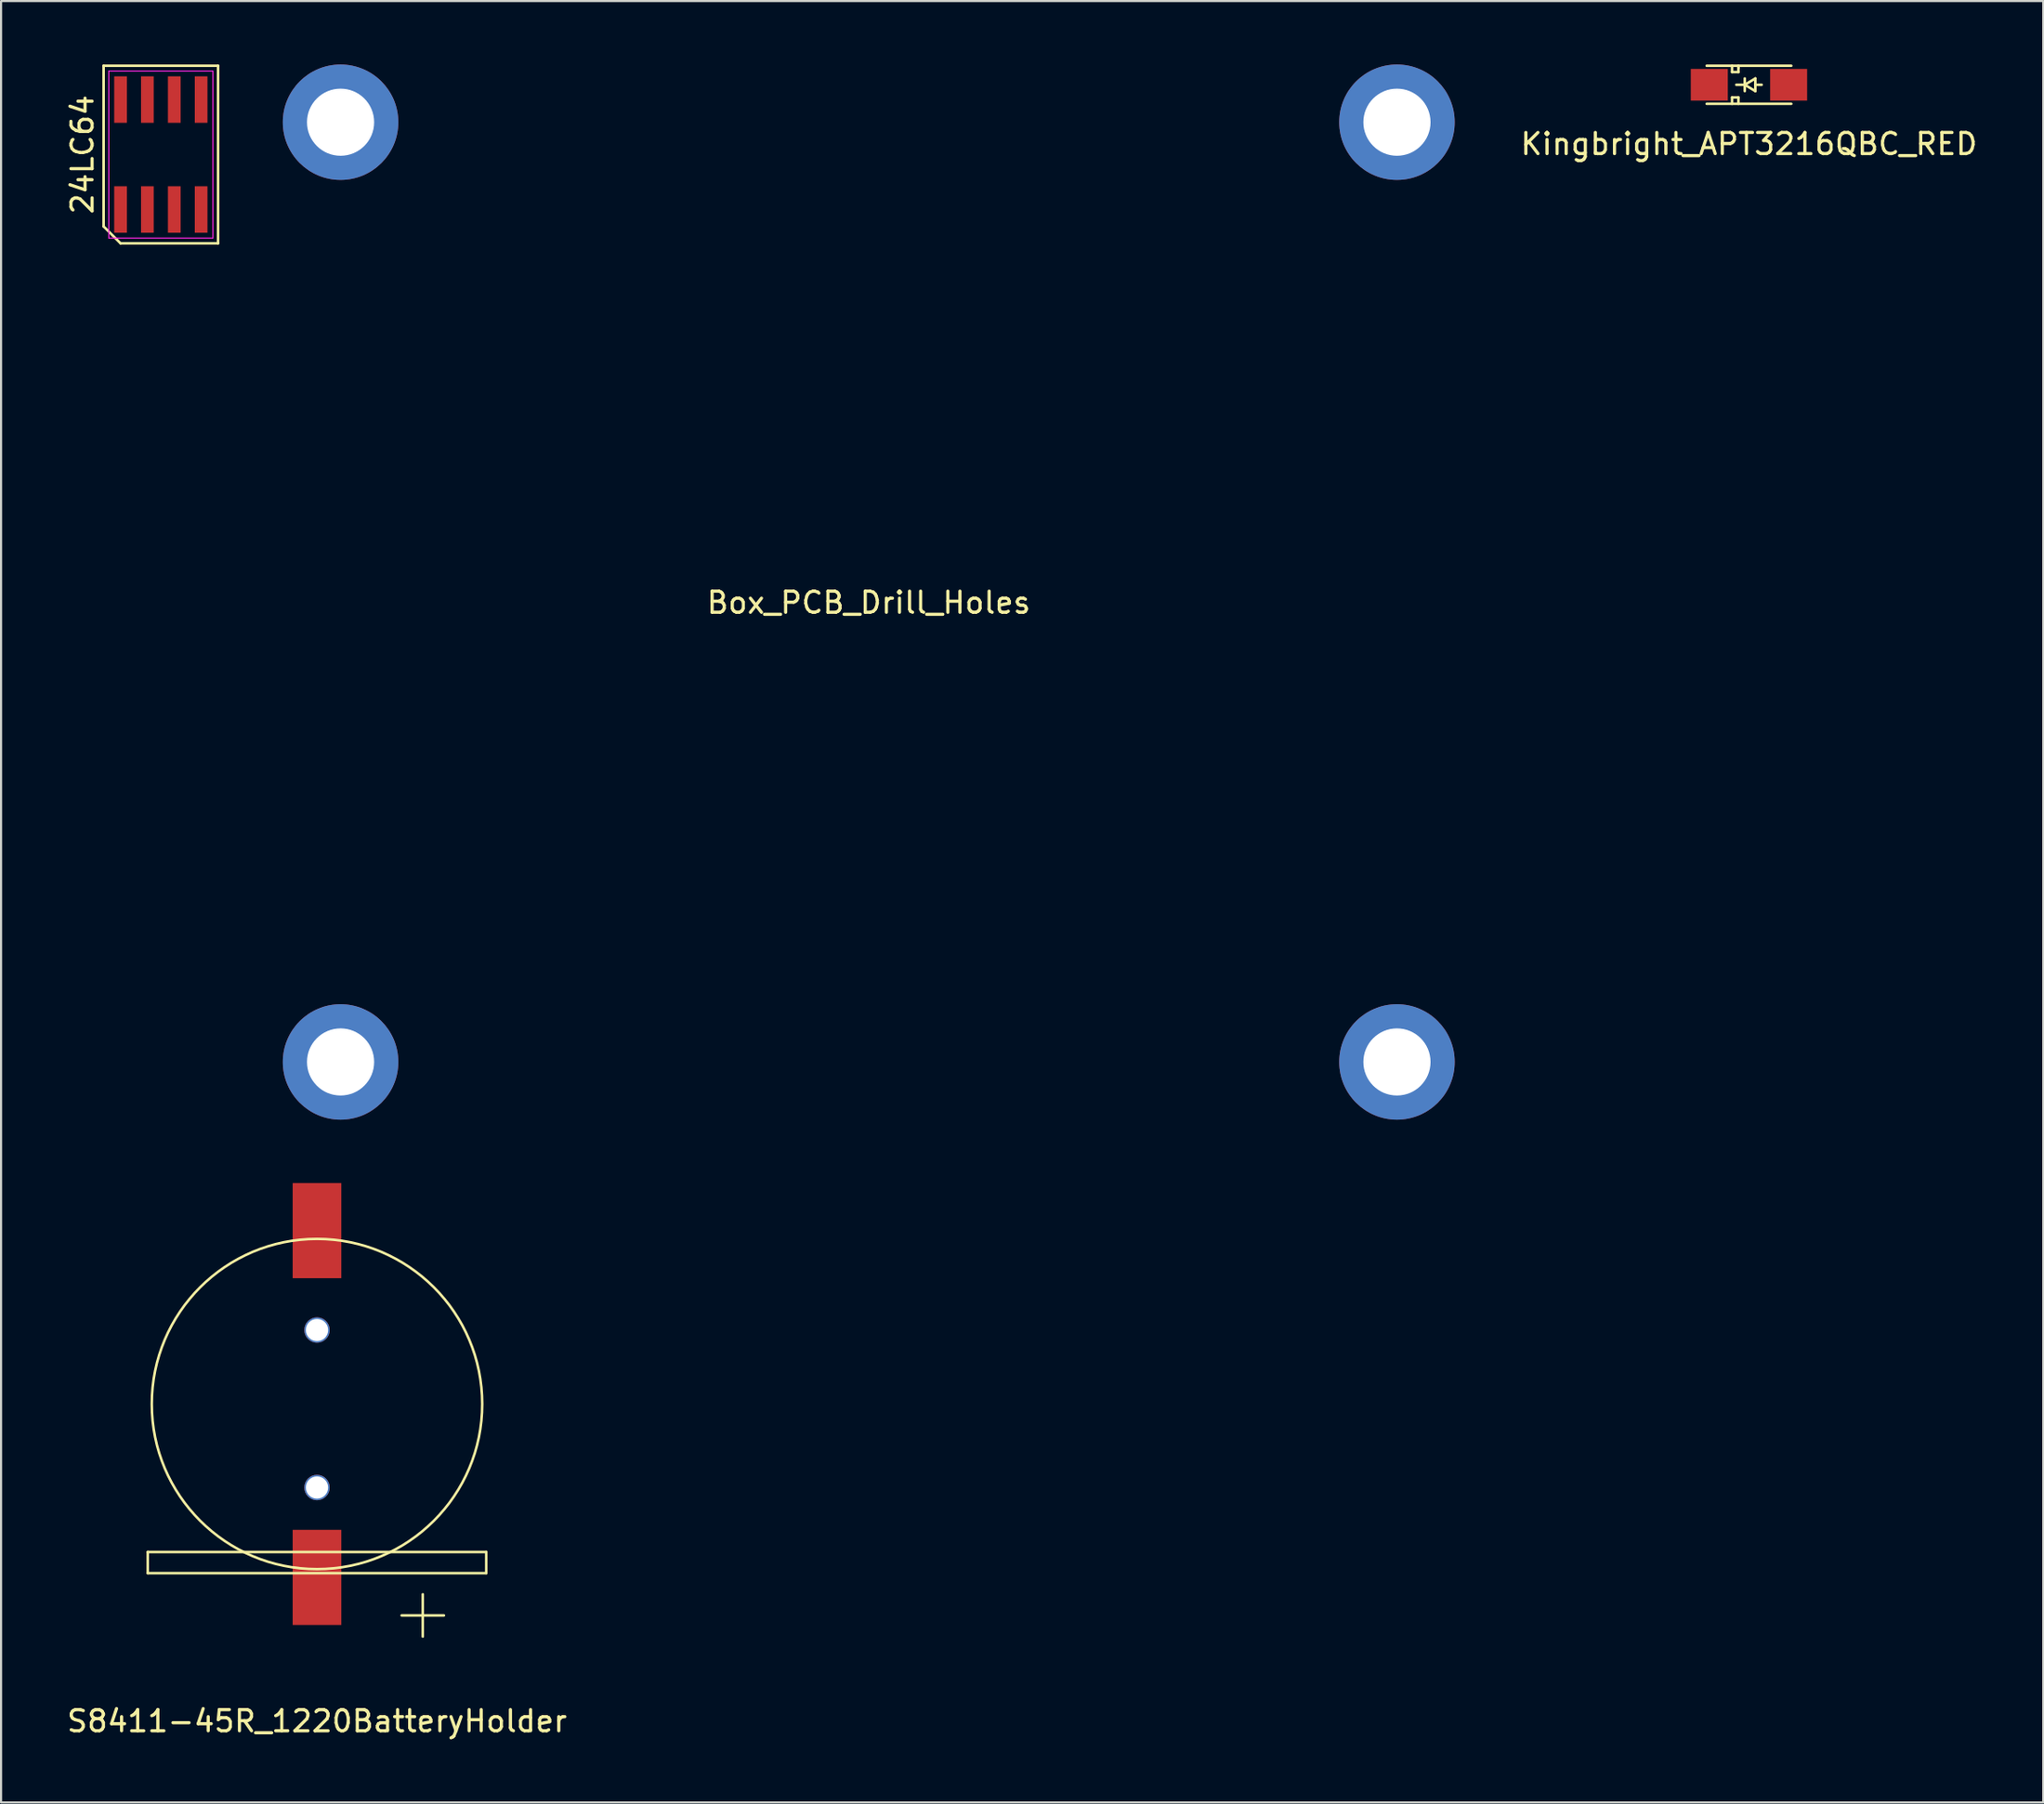
<source format=kicad_pcb>
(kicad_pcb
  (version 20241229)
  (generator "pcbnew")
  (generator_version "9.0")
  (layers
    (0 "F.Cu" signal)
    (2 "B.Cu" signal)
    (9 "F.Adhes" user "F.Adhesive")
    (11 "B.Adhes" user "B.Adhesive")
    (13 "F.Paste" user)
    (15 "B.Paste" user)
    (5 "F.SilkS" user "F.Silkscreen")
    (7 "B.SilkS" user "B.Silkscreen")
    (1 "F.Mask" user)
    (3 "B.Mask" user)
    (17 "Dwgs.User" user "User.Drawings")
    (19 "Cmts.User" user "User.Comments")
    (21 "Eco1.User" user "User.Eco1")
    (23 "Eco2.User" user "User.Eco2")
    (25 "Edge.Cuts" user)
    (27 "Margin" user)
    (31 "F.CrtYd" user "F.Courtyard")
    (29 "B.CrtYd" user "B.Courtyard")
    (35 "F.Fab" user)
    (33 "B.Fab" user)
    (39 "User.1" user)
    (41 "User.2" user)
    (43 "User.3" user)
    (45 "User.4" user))
  (footprint "24LC64"
    (layer "F.Cu")
    (at 4.553 4.26)
    (property "Reference" "24LC64" (at -3.705 0 90) (layer "F.SilkS") (effects (font (size 1 1) (thickness 0.15))))
    (attr smd)
    (fp_line (start -2.705 -4.2) (end 2.705 -4.2) (stroke (width 0.12) (type solid)) (layer "F.SilkS"))
    (fp_line (start -2.705 3.4) (end -2.705 -4.2) (stroke (width 0.12) (type solid)) (layer "F.SilkS"))
    (fp_line (start -1.905 4.2) (end -2.705 3.4) (stroke (width 0.12) (type solid)) (layer "F.SilkS"))
    (fp_line (start 2.705 -4.2) (end 2.705 4.2) (stroke (width 0.12) (type solid)) (layer "F.SilkS"))
    (fp_line (start 2.705 4.2) (end -1.905 4.2) (stroke (width 0.12) (type solid)) (layer "F.SilkS"))
    (fp_line (start -2.46 -3.95) (end 2.46 -3.95) (stroke (width 0.05) (type solid)) (layer "F.CrtYd"))
    (fp_line (start -2.46 3.95) (end -2.46 -3.95) (stroke (width 0.05) (type solid)) (layer "F.CrtYd"))
    (fp_line (start 2.46 -3.95) (end 2.46 3.95) (stroke (width 0.05) (type solid)) (layer "F.CrtYd"))
    (fp_line (start 2.46 3.95) (end -2.46 3.95) (stroke (width 0.05) (type solid)) (layer "F.CrtYd"))
    (pad "1" smd rect (at -1.905 2.6) (size 0.6 2.2) (layers "F.Cu" "F.Mask" "F.Paste"))
    (pad "2" smd rect (at -0.635 2.6) (size 0.6 2.2) (layers "F.Cu" "F.Mask" "F.Paste"))
    (pad "3" smd rect (at 0.635 2.6) (size 0.6 2.2) (layers "F.Cu" "F.Mask" "F.Paste"))
    (pad "4" smd rect (at 1.905 2.6) (size 0.6 2.2) (layers "F.Cu" "F.Mask" "F.Paste"))
    (pad "5" smd rect (at 1.905 -2.6) (size 0.6 2.2) (layers "F.Cu" "F.Mask" "F.Paste"))
    (pad "6" smd rect (at 0.635 -2.6) (size 0.6 2.2) (layers "F.Cu" "F.Mask" "F.Paste"))
    (pad "7" smd rect (at -0.635 -2.6) (size 0.6 2.2) (layers "F.Cu" "F.Mask" "F.Paste"))
    (pad "8" smd rect (at -1.905 -2.6) (size 0.6 2.2) (layers "F.Cu" "F.Mask" "F.Paste")))
  (footprint "S8411-45R_1220BatteryHolder"
    (layer "F.Cu")
    (at 11.935 63.361)
    (property "Reference" "S8411-45R_1220BatteryHolder" (at 0 15 0) (layer "F.SilkS") (effects (font (size 1 1) (thickness 0.15))))
    (attr through_hole)
    (fp_line (start -8 7) (end 8 7) (stroke (width 0.12) (type solid)) (layer "F.SilkS"))
    (fp_line (start -8 8) (end -8 7) (stroke (width 0.12) (type solid)) (layer "F.SilkS"))
    (fp_line (start 4 10) (end 6 10) (stroke (width 0.12) (type solid)) (layer "F.SilkS"))
    (fp_line (start 5 9) (end 5 11) (stroke (width 0.12) (type solid)) (layer "F.SilkS"))
    (fp_line (start 8 7) (end 8 8) (stroke (width 0.12) (type solid)) (layer "F.SilkS"))
    (fp_line (start 8 8) (end -8 8) (stroke (width 0.12) (type solid)) (layer "F.SilkS"))
    (fp_circle (center 0 0) (end 5 6) (stroke (width 0.12) (type solid)) (fill no) (layer "F.SilkS"))
    (pad "" np_thru_hole circle (at 0 -3.5) (size 1.2 1.2) (drill 1.05) (layers "*.Cu" "*.Mask"))
    (pad "" np_thru_hole circle (at 0 3.95) (size 1.2 1.2) (drill 1.05) (layers "*.Cu" "*.Mask"))
    (pad "+" smd rect (at 0 8.2) (size 2.3 4.5) (layers "F.Cu" "F.Mask" "F.Paste"))
    (pad "-" smd rect (at 0 -8.2) (size 2.3 4.5) (layers "F.Cu" "F.Mask" "F.Paste")))
  (footprint "Box_PCB_Drill_Holes"
    (layer "F.Cu")
    (at 38.017 24.956)
    (property "Reference" "Box_PCB_Drill_Holes" (at 0 0.5 0) (layer "F.SilkS") (effects (font (size 1 1) (thickness 0.15))))
    (attr through_hole)
    (pad "" np_thru_hole circle (at -24.968 -22.225) (size 5.461 5.461) (drill 3.175) (layers "*.Cu" "*.Mask"))
    (pad "" np_thru_hole circle (at -24.968 22.225) (size 5.461 5.461) (drill 3.175) (layers "*.Cu" "*.Mask"))
    (pad "" np_thru_hole circle (at 24.968 -22.225) (size 5.461 5.461) (drill 3.175) (layers "*.Cu" "*.Mask"))
    (pad "" np_thru_hole circle (at 24.968 22.225) (size 5.461 5.461) (drill 3.175) (layers "*.Cu" "*.Mask")))
  (footprint "Kingbright_APT3216QBC_RED"
    (layer "F.Cu")
    (at 79.626 0.96)
    (property "Reference" "Kingbright_APT3216QBC_RED" (at 0 2.8 0) (layer "F.SilkS") (effects (font (size 1 1) (thickness 0.15))))
    (attr through_hole)
    (fp_line (start -2 -0.9) (end 2 -0.9) (stroke (width 0.12) (type solid)) (layer "F.SilkS"))
    (fp_line (start -0.8 -0.9) (end -0.8 -0.6) (stroke (width 0.12) (type solid)) (layer "F.SilkS"))
    (fp_line (start -0.8 -0.6) (end -0.5 -0.6) (stroke (width 0.12) (type solid)) (layer "F.SilkS"))
    (fp_line (start -0.8 0.6) (end -0.5 0.6) (stroke (width 0.12) (type solid)) (layer "F.SilkS"))
    (fp_line (start -0.8 0.9) (end -0.8 0.6) (stroke (width 0.12) (type solid)) (layer "F.SilkS"))
    (fp_line (start -0.5 -0.8) (end -0.5 -0.9) (stroke (width 0.12) (type solid)) (layer "F.SilkS"))
    (fp_line (start -0.5 -0.6) (end -0.5 -0.8) (stroke (width 0.12) (type solid)) (layer "F.SilkS"))
    (fp_line (start -0.5 0.6) (end -0.5 0.9) (stroke (width 0.12) (type solid)) (layer "F.SilkS"))
    (fp_line (start -0.2 -0.3) (end -0.2 0.3) (stroke (width 0.12) (type solid)) (layer "F.SilkS"))
    (fp_line (start -0.2 0) (end -0.6 0) (stroke (width 0.12) (type solid)) (layer "F.SilkS"))
    (fp_line (start -0.2 0) (end 0.3 -0.3) (stroke (width 0.12) (type solid)) (layer "F.SilkS"))
    (fp_line (start 0.3 -0.3) (end 0.3 0.3) (stroke (width 0.12) (type solid)) (layer "F.SilkS"))
    (fp_line (start 0.3 0) (end 0.6 0) (stroke (width 0.12) (type solid)) (layer "F.SilkS"))
    (fp_line (start 0.3 0.3) (end -0.2 0) (stroke (width 0.12) (type solid)) (layer "F.SilkS"))
    (fp_line (start 2 0.9) (end -2 0.9) (stroke (width 0.12) (type solid)) (layer "F.SilkS"))
    (pad "1" smd rect (at -1.875 0) (size 1.75 1.5) (layers "F.Cu" "F.Mask" "F.Paste"))
    (pad "2" smd rect (at 1.875 0) (size 1.75 1.5) (layers "F.Cu" "F.Mask" "F.Paste")))
  (gr_rect
    (start -3 -3)
    (end 93.537 82.209)
    (stroke (width 0.1) (type default))
    (fill no)
    (layer "Edge.Cuts")))
</source>
